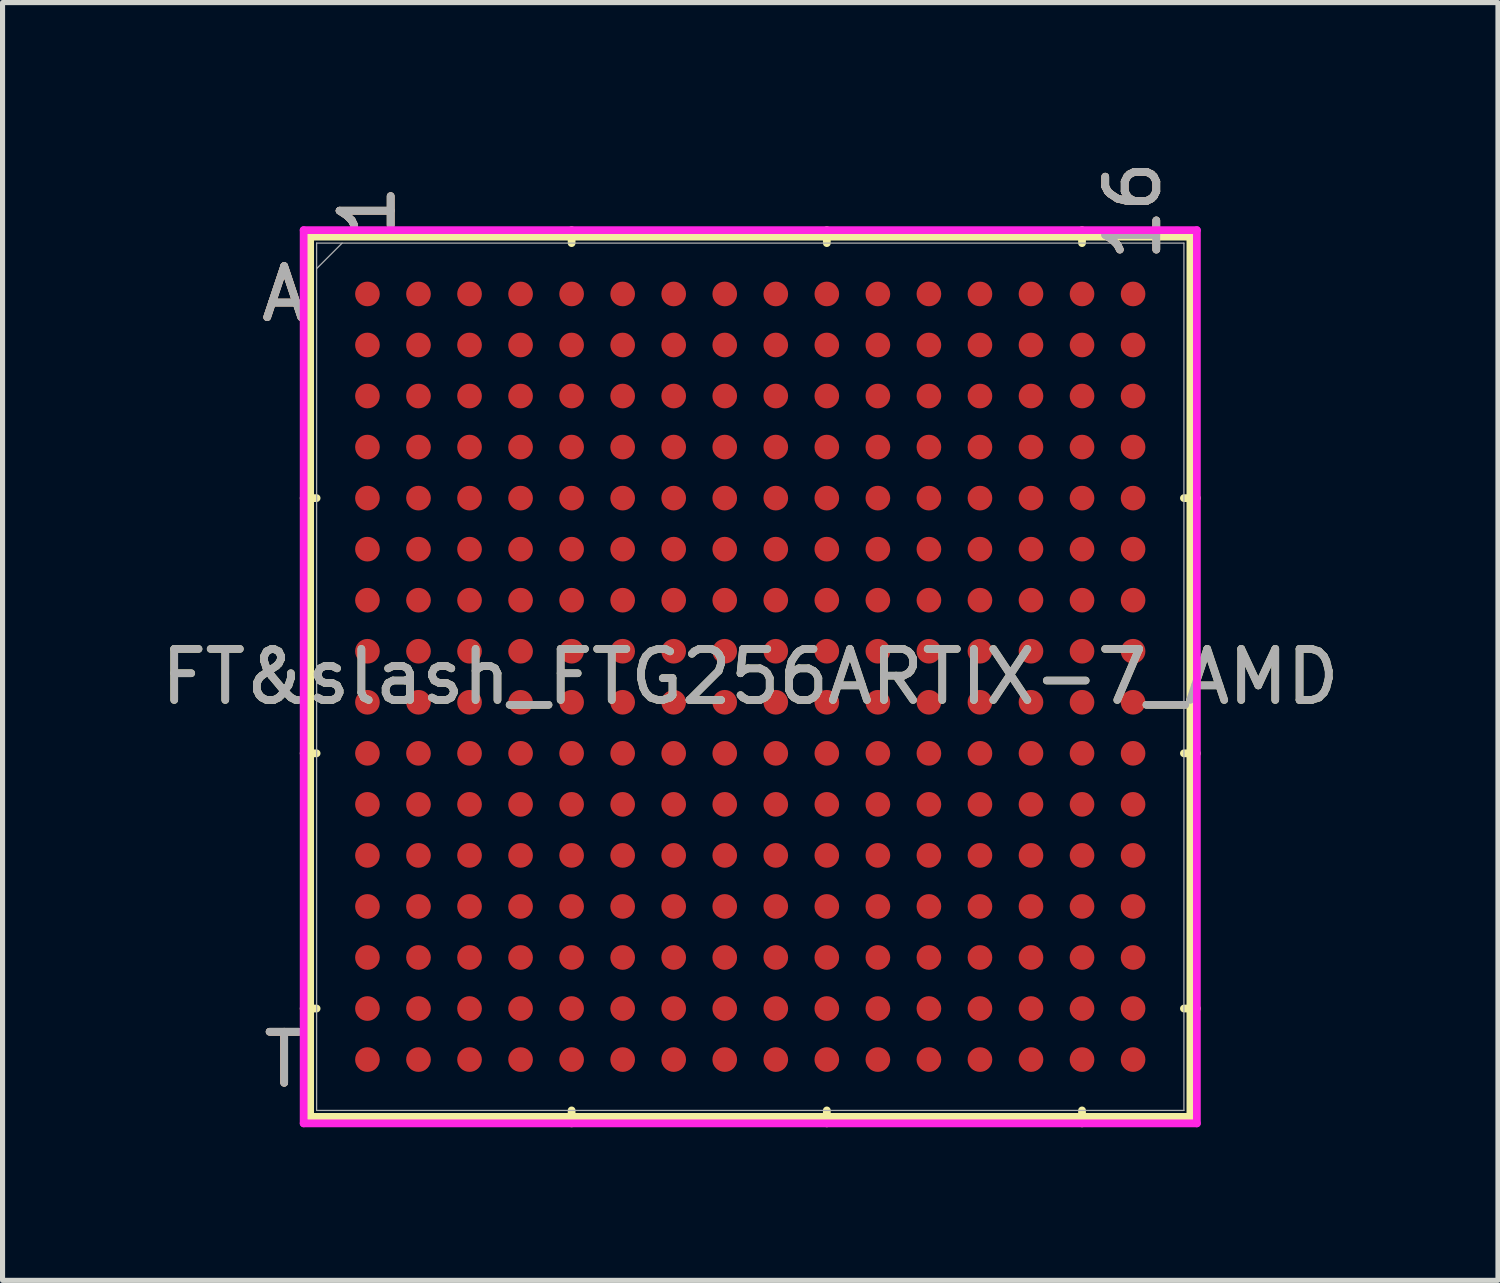
<source format=kicad_pcb>
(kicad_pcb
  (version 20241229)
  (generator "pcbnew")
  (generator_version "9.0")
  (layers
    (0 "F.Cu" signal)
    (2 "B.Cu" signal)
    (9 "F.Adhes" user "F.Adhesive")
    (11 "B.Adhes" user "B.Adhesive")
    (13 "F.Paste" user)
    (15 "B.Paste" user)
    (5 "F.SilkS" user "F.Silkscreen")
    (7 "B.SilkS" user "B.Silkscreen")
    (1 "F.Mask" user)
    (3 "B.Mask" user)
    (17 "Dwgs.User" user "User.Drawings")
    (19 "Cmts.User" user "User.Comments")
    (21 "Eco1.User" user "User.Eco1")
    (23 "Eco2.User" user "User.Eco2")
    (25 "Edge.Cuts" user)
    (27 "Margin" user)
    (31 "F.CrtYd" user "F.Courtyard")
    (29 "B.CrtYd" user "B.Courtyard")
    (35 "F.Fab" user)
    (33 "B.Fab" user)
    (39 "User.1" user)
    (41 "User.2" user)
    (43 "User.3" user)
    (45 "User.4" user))
  (footprint "FT&slash_FTG256ARTIX-7_AMD"
    (layer "F.Cu")
    (at 11.649 10.209)
    (property "Reference" "FT&slash_FTG256ARTIX-7_AMD" (at 0 0 0) (unlocked yes) (layer "F.SilkS") (effects (font (size 1 1) (thickness 0.15))))
    (attr smd)
    (fp_line (start -8.623 -8.623) (end -8.623 8.623) (stroke (width 0.152) (type solid)) (layer "F.SilkS"))
    (fp_line (start -8.623 8.623) (end 8.623 8.623) (stroke (width 0.152) (type solid)) (layer "F.SilkS"))
    (fp_line (start -8.496 -3.5) (end -8.75 -3.5) (stroke (width 0.152) (type solid)) (layer "F.SilkS"))
    (fp_line (start -8.496 1.5) (end -8.75 1.5) (stroke (width 0.152) (type solid)) (layer "F.SilkS"))
    (fp_line (start -8.496 6.5) (end -8.75 6.5) (stroke (width 0.152) (type solid)) (layer "F.SilkS"))
    (fp_line (start -3.5 -8.496) (end -3.5 -8.75) (stroke (width 0.152) (type solid)) (layer "F.SilkS"))
    (fp_line (start -3.5 8.496) (end -3.5 8.75) (stroke (width 0.152) (type solid)) (layer "F.SilkS"))
    (fp_line (start 1.5 -8.496) (end 1.5 -8.75) (stroke (width 0.152) (type solid)) (layer "F.SilkS"))
    (fp_line (start 1.5 8.496) (end 1.5 8.75) (stroke (width 0.152) (type solid)) (layer "F.SilkS"))
    (fp_line (start 6.5 -8.496) (end 6.5 -8.75) (stroke (width 0.152) (type solid)) (layer "F.SilkS"))
    (fp_line (start 6.5 8.496) (end 6.5 8.75) (stroke (width 0.152) (type solid)) (layer "F.SilkS"))
    (fp_line (start 8.496 -3.5) (end 8.75 -3.5) (stroke (width 0.152) (type solid)) (layer "F.SilkS"))
    (fp_line (start 8.496 1.5) (end 8.75 1.5) (stroke (width 0.152) (type solid)) (layer "F.SilkS"))
    (fp_line (start 8.496 6.5) (end 8.75 6.5) (stroke (width 0.152) (type solid)) (layer "F.SilkS"))
    (fp_line (start 8.623 -8.623) (end -8.623 -8.623) (stroke (width 0.152) (type solid)) (layer "F.SilkS"))
    (fp_line (start 8.623 8.623) (end 8.623 -8.623) (stroke (width 0.152) (type solid)) (layer "F.SilkS"))
    (fp_poly (pts (xy -8.508 -8.508) (xy 8.508 -8.508) (xy 8.508 8.508) (xy -8.508 8.508)) (stroke (width 0.1) (type solid)) (fill no) (layer "Eco2.User"))
    (fp_line (start -8.75 -8.75) (end 8.75 -8.75) (stroke (width 0.152) (type solid)) (layer "F.CrtYd"))
    (fp_line (start -8.75 8.75) (end -8.75 -8.75) (stroke (width 0.152) (type solid)) (layer "F.CrtYd"))
    (fp_line (start 8.75 -8.75) (end 8.75 8.75) (stroke (width 0.152) (type solid)) (layer "F.CrtYd"))
    (fp_line (start 8.75 8.75) (end -8.75 8.75) (stroke (width 0.152) (type solid)) (layer "F.CrtYd"))
    (fp_line (start -8.496 -8.496) (end -8.496 8.496) (stroke (width 0.025) (type solid)) (layer "F.Fab"))
    (fp_line (start -8.496 8.496) (end 8.496 8.496) (stroke (width 0.025) (type solid)) (layer "F.Fab"))
    (fp_line (start -7.996 -8.496) (end -8.496 -7.996) (stroke (width 0.025) (type solid)) (layer "F.Fab"))
    (fp_line (start 8.496 -8.496) (end -8.496 -8.496) (stroke (width 0.025) (type solid)) (layer "F.Fab"))
    (fp_line (start 8.496 8.496) (end 8.496 -8.496) (stroke (width 0.025) (type solid)) (layer "F.Fab"))
    (fp_text user "T" (at -9.131 7.5 0) (unlocked yes) (layer "F.SilkS") (effects (font (size 1 1) (thickness 0.15))))
    (fp_text user "16" (at 7.5 -9.131 90) (unlocked yes) (layer "F.SilkS") (effects (font (size 1 1) (thickness 0.15))))
    (fp_text user "A" (at -9.131 -7.5 0) (unlocked yes) (layer "F.SilkS") (effects (font (size 1 1) (thickness 0.15))))
    (fp_text user "1" (at -7.5 -9.131 90) (unlocked yes) (layer "F.SilkS") (effects (font (size 1 1) (thickness 0.15))))
    (fp_text user "A" (at -9.131 -7.5 0) (unlocked yes) (layer "B.SilkS") (effects (font (size 1 1) (thickness 0.15))))
    (fp_text user "16" (at 7.5 -9.131 90) (unlocked yes) (layer "B.SilkS") (effects (font (size 1 1) (thickness 0.15))))
    (fp_text user "T" (at -9.131 7.5 0) (unlocked yes) (layer "B.SilkS") (effects (font (size 1 1) (thickness 0.15))))
    (fp_text user "1" (at -7.5 -9.131 90) (unlocked yes) (layer "B.SilkS") (effects (font (size 1 1) (thickness 0.15))))
    (fp_text user "${REFERENCE}" (at 0 0 0) (unlocked yes) (layer "F.Fab") (effects (font (size 1 1) (thickness 0.15))))
    (fp_text user "1" (at -7.5 -9.131 90) (unlocked yes) (layer "F.Fab") (effects (font (size 1 1) (thickness 0.15))))
    (fp_text user "16" (at 7.5 -9.131 90) (unlocked yes) (layer "F.Fab") (effects (font (size 1 1) (thickness 0.15))))
    (fp_text user "A" (at -9.131 -7.5 0) (unlocked yes) (layer "F.Fab") (effects (font (size 1 1) (thickness 0.15))))
    (fp_text user "T" (at -9.131 7.5 0) (unlocked yes) (layer "F.Fab") (effects (font (size 1 1) (thickness 0.15))))
    (pad "A1" smd circle (at -7.5 -7.5) (size 0.483 0.483) (layers "F.Cu" "F.Mask" "F.Paste"))
    (pad "A2" smd circle (at -6.5 -7.5) (size 0.483 0.483) (layers "F.Cu" "F.Mask" "F.Paste"))
    (pad "A3" smd circle (at -5.5 -7.5) (size 0.483 0.483) (layers "F.Cu" "F.Mask" "F.Paste"))
    (pad "A4" smd circle (at -4.5 -7.5) (size 0.483 0.483) (layers "F.Cu" "F.Mask" "F.Paste"))
    (pad "A5" smd circle (at -3.5 -7.5) (size 0.483 0.483) (layers "F.Cu" "F.Mask" "F.Paste"))
    (pad "A6" smd circle (at -2.5 -7.5) (size 0.483 0.483) (layers "F.Cu" "F.Mask" "F.Paste"))
    (pad "A7" smd circle (at -1.5 -7.5) (size 0.483 0.483) (layers "F.Cu" "F.Mask" "F.Paste"))
    (pad "A8" smd circle (at -0.5 -7.5) (size 0.483 0.483) (layers "F.Cu" "F.Mask" "F.Paste"))
    (pad "A9" smd circle (at 0.5 -7.5) (size 0.483 0.483) (layers "F.Cu" "F.Mask" "F.Paste"))
    (pad "A10" smd circle (at 1.5 -7.5) (size 0.483 0.483) (layers "F.Cu" "F.Mask" "F.Paste"))
    (pad "A11" smd circle (at 2.5 -7.5) (size 0.483 0.483) (layers "F.Cu" "F.Mask" "F.Paste"))
    (pad "A12" smd circle (at 3.5 -7.5) (size 0.483 0.483) (layers "F.Cu" "F.Mask" "F.Paste"))
    (pad "A13" smd circle (at 4.5 -7.5) (size 0.483 0.483) (layers "F.Cu" "F.Mask" "F.Paste"))
    (pad "A14" smd circle (at 5.5 -7.5) (size 0.483 0.483) (layers "F.Cu" "F.Mask" "F.Paste"))
    (pad "A15" smd circle (at 6.5 -7.5) (size 0.483 0.483) (layers "F.Cu" "F.Mask" "F.Paste"))
    (pad "A16" smd circle (at 7.5 -7.5) (size 0.483 0.483) (layers "F.Cu" "F.Mask" "F.Paste"))
    (pad "B1" smd circle (at -7.5 -6.5) (size 0.483 0.483) (layers "F.Cu" "F.Mask" "F.Paste"))
    (pad "B2" smd circle (at -6.5 -6.5) (size 0.483 0.483) (layers "F.Cu" "F.Mask" "F.Paste"))
    (pad "B3" smd circle (at -5.5 -6.5) (size 0.483 0.483) (layers "F.Cu" "F.Mask" "F.Paste"))
    (pad "B4" smd circle (at -4.5 -6.5) (size 0.483 0.483) (layers "F.Cu" "F.Mask" "F.Paste"))
    (pad "B5" smd circle (at -3.5 -6.5) (size 0.483 0.483) (layers "F.Cu" "F.Mask" "F.Paste"))
    (pad "B6" smd circle (at -2.5 -6.5) (size 0.483 0.483) (layers "F.Cu" "F.Mask" "F.Paste"))
    (pad "B7" smd circle (at -1.5 -6.5) (size 0.483 0.483) (layers "F.Cu" "F.Mask" "F.Paste"))
    (pad "B8" smd circle (at -0.5 -6.5) (size 0.483 0.483) (layers "F.Cu" "F.Mask" "F.Paste"))
    (pad "B9" smd circle (at 0.5 -6.5) (size 0.483 0.483) (layers "F.Cu" "F.Mask" "F.Paste"))
    (pad "B10" smd circle (at 1.5 -6.5) (size 0.483 0.483) (layers "F.Cu" "F.Mask" "F.Paste"))
    (pad "B11" smd circle (at 2.5 -6.5) (size 0.483 0.483) (layers "F.Cu" "F.Mask" "F.Paste"))
    (pad "B12" smd circle (at 3.5 -6.5) (size 0.483 0.483) (layers "F.Cu" "F.Mask" "F.Paste"))
    (pad "B13" smd circle (at 4.5 -6.5) (size 0.483 0.483) (layers "F.Cu" "F.Mask" "F.Paste"))
    (pad "B14" smd circle (at 5.5 -6.5) (size 0.483 0.483) (layers "F.Cu" "F.Mask" "F.Paste"))
    (pad "B15" smd circle (at 6.5 -6.5) (size 0.483 0.483) (layers "F.Cu" "F.Mask" "F.Paste"))
    (pad "B16" smd circle (at 7.5 -6.5) (size 0.483 0.483) (layers "F.Cu" "F.Mask" "F.Paste"))
    (pad "C1" smd circle (at -7.5 -5.5) (size 0.483 0.483) (layers "F.Cu" "F.Mask" "F.Paste"))
    (pad "C2" smd circle (at -6.5 -5.5) (size 0.483 0.483) (layers "F.Cu" "F.Mask" "F.Paste"))
    (pad "C3" smd circle (at -5.5 -5.5) (size 0.483 0.483) (layers "F.Cu" "F.Mask" "F.Paste"))
    (pad "C4" smd circle (at -4.5 -5.5) (size 0.483 0.483) (layers "F.Cu" "F.Mask" "F.Paste"))
    (pad "C5" smd circle (at -3.5 -5.5) (size 0.483 0.483) (layers "F.Cu" "F.Mask" "F.Paste"))
    (pad "C6" smd circle (at -2.5 -5.5) (size 0.483 0.483) (layers "F.Cu" "F.Mask" "F.Paste"))
    (pad "C7" smd circle (at -1.5 -5.5) (size 0.483 0.483) (layers "F.Cu" "F.Mask" "F.Paste"))
    (pad "C8" smd circle (at -0.5 -5.5) (size 0.483 0.483) (layers "F.Cu" "F.Mask" "F.Paste"))
    (pad "C9" smd circle (at 0.5 -5.5) (size 0.483 0.483) (layers "F.Cu" "F.Mask" "F.Paste"))
    (pad "C10" smd circle (at 1.5 -5.5) (size 0.483 0.483) (layers "F.Cu" "F.Mask" "F.Paste"))
    (pad "C11" smd circle (at 2.5 -5.5) (size 0.483 0.483) (layers "F.Cu" "F.Mask" "F.Paste"))
    (pad "C12" smd circle (at 3.5 -5.5) (size 0.483 0.483) (layers "F.Cu" "F.Mask" "F.Paste"))
    (pad "C13" smd circle (at 4.5 -5.5) (size 0.483 0.483) (layers "F.Cu" "F.Mask" "F.Paste"))
    (pad "C14" smd circle (at 5.5 -5.5) (size 0.483 0.483) (layers "F.Cu" "F.Mask" "F.Paste"))
    (pad "C15" smd circle (at 6.5 -5.5) (size 0.483 0.483) (layers "F.Cu" "F.Mask" "F.Paste"))
    (pad "C16" smd circle (at 7.5 -5.5) (size 0.483 0.483) (layers "F.Cu" "F.Mask" "F.Paste"))
    (pad "D1" smd circle (at -7.5 -4.5) (size 0.483 0.483) (layers "F.Cu" "F.Mask" "F.Paste"))
    (pad "D2" smd circle (at -6.5 -4.5) (size 0.483 0.483) (layers "F.Cu" "F.Mask" "F.Paste"))
    (pad "D3" smd circle (at -5.5 -4.5) (size 0.483 0.483) (layers "F.Cu" "F.Mask" "F.Paste"))
    (pad "D4" smd circle (at -4.5 -4.5) (size 0.483 0.483) (layers "F.Cu" "F.Mask" "F.Paste"))
    (pad "D5" smd circle (at -3.5 -4.5) (size 0.483 0.483) (layers "F.Cu" "F.Mask" "F.Paste"))
    (pad "D6" smd circle (at -2.5 -4.5) (size 0.483 0.483) (layers "F.Cu" "F.Mask" "F.Paste"))
    (pad "D7" smd circle (at -1.5 -4.5) (size 0.483 0.483) (layers "F.Cu" "F.Mask" "F.Paste"))
    (pad "D8" smd circle (at -0.5 -4.5) (size 0.483 0.483) (layers "F.Cu" "F.Mask" "F.Paste"))
    (pad "D9" smd circle (at 0.5 -4.5) (size 0.483 0.483) (layers "F.Cu" "F.Mask" "F.Paste"))
    (pad "D10" smd circle (at 1.5 -4.5) (size 0.483 0.483) (layers "F.Cu" "F.Mask" "F.Paste"))
    (pad "D11" smd circle (at 2.5 -4.5) (size 0.483 0.483) (layers "F.Cu" "F.Mask" "F.Paste"))
    (pad "D12" smd circle (at 3.5 -4.5) (size 0.483 0.483) (layers "F.Cu" "F.Mask" "F.Paste"))
    (pad "D13" smd circle (at 4.5 -4.5) (size 0.483 0.483) (layers "F.Cu" "F.Mask" "F.Paste"))
    (pad "D14" smd circle (at 5.5 -4.5) (size 0.483 0.483) (layers "F.Cu" "F.Mask" "F.Paste"))
    (pad "D15" smd circle (at 6.5 -4.5) (size 0.483 0.483) (layers "F.Cu" "F.Mask" "F.Paste"))
    (pad "D16" smd circle (at 7.5 -4.5) (size 0.483 0.483) (layers "F.Cu" "F.Mask" "F.Paste"))
    (pad "E1" smd circle (at -7.5 -3.5) (size 0.483 0.483) (layers "F.Cu" "F.Mask" "F.Paste"))
    (pad "E2" smd circle (at -6.5 -3.5) (size 0.483 0.483) (layers "F.Cu" "F.Mask" "F.Paste"))
    (pad "E3" smd circle (at -5.5 -3.5) (size 0.483 0.483) (layers "F.Cu" "F.Mask" "F.Paste"))
    (pad "E4" smd circle (at -4.5 -3.5) (size 0.483 0.483) (layers "F.Cu" "F.Mask" "F.Paste"))
    (pad "E5" smd circle (at -3.5 -3.5) (size 0.483 0.483) (layers "F.Cu" "F.Mask" "F.Paste"))
    (pad "E6" smd circle (at -2.5 -3.5) (size 0.483 0.483) (layers "F.Cu" "F.Mask" "F.Paste"))
    (pad "E7" smd circle (at -1.5 -3.5) (size 0.483 0.483) (layers "F.Cu" "F.Mask" "F.Paste"))
    (pad "E8" smd circle (at -0.5 -3.5) (size 0.483 0.483) (layers "F.Cu" "F.Mask" "F.Paste"))
    (pad "E9" smd circle (at 0.5 -3.5) (size 0.483 0.483) (layers "F.Cu" "F.Mask" "F.Paste"))
    (pad "E10" smd circle (at 1.5 -3.5) (size 0.483 0.483) (layers "F.Cu" "F.Mask" "F.Paste"))
    (pad "E11" smd circle (at 2.5 -3.5) (size 0.483 0.483) (layers "F.Cu" "F.Mask" "F.Paste"))
    (pad "E12" smd circle (at 3.5 -3.5) (size 0.483 0.483) (layers "F.Cu" "F.Mask" "F.Paste"))
    (pad "E13" smd circle (at 4.5 -3.5) (size 0.483 0.483) (layers "F.Cu" "F.Mask" "F.Paste"))
    (pad "E14" smd circle (at 5.5 -3.5) (size 0.483 0.483) (layers "F.Cu" "F.Mask" "F.Paste"))
    (pad "E15" smd circle (at 6.5 -3.5) (size 0.483 0.483) (layers "F.Cu" "F.Mask" "F.Paste"))
    (pad "E16" smd circle (at 7.5 -3.5) (size 0.483 0.483) (layers "F.Cu" "F.Mask" "F.Paste"))
    (pad "F1" smd circle (at -7.5 -2.5) (size 0.483 0.483) (layers "F.Cu" "F.Mask" "F.Paste"))
    (pad "F2" smd circle (at -6.5 -2.5) (size 0.483 0.483) (layers "F.Cu" "F.Mask" "F.Paste"))
    (pad "F3" smd circle (at -5.5 -2.5) (size 0.483 0.483) (layers "F.Cu" "F.Mask" "F.Paste"))
    (pad "F4" smd circle (at -4.5 -2.5) (size 0.483 0.483) (layers "F.Cu" "F.Mask" "F.Paste"))
    (pad "F5" smd circle (at -3.5 -2.5) (size 0.483 0.483) (layers "F.Cu" "F.Mask" "F.Paste"))
    (pad "F6" smd circle (at -2.5 -2.5) (size 0.483 0.483) (layers "F.Cu" "F.Mask" "F.Paste"))
    (pad "F7" smd circle (at -1.5 -2.5) (size 0.483 0.483) (layers "F.Cu" "F.Mask" "F.Paste"))
    (pad "F8" smd circle (at -0.5 -2.5) (size 0.483 0.483) (layers "F.Cu" "F.Mask" "F.Paste"))
    (pad "F9" smd circle (at 0.5 -2.5) (size 0.483 0.483) (layers "F.Cu" "F.Mask" "F.Paste"))
    (pad "F10" smd circle (at 1.5 -2.5) (size 0.483 0.483) (layers "F.Cu" "F.Mask" "F.Paste"))
    (pad "F11" smd circle (at 2.5 -2.5) (size 0.483 0.483) (layers "F.Cu" "F.Mask" "F.Paste"))
    (pad "F12" smd circle (at 3.5 -2.5) (size 0.483 0.483) (layers "F.Cu" "F.Mask" "F.Paste"))
    (pad "F13" smd circle (at 4.5 -2.5) (size 0.483 0.483) (layers "F.Cu" "F.Mask" "F.Paste"))
    (pad "F14" smd circle (at 5.5 -2.5) (size 0.483 0.483) (layers "F.Cu" "F.Mask" "F.Paste"))
    (pad "F15" smd circle (at 6.5 -2.5) (size 0.483 0.483) (layers "F.Cu" "F.Mask" "F.Paste"))
    (pad "F16" smd circle (at 7.5 -2.5) (size 0.483 0.483) (layers "F.Cu" "F.Mask" "F.Paste"))
    (pad "G1" smd circle (at -7.5 -1.5) (size 0.483 0.483) (layers "F.Cu" "F.Mask" "F.Paste"))
    (pad "G2" smd circle (at -6.5 -1.5) (size 0.483 0.483) (layers "F.Cu" "F.Mask" "F.Paste"))
    (pad "G3" smd circle (at -5.5 -1.5) (size 0.483 0.483) (layers "F.Cu" "F.Mask" "F.Paste"))
    (pad "G4" smd circle (at -4.5 -1.5) (size 0.483 0.483) (layers "F.Cu" "F.Mask" "F.Paste"))
    (pad "G5" smd circle (at -3.5 -1.5) (size 0.483 0.483) (layers "F.Cu" "F.Mask" "F.Paste"))
    (pad "G6" smd circle (at -2.5 -1.5) (size 0.483 0.483) (layers "F.Cu" "F.Mask" "F.Paste"))
    (pad "G7" smd circle (at -1.5 -1.5) (size 0.483 0.483) (layers "F.Cu" "F.Mask" "F.Paste"))
    (pad "G8" smd circle (at -0.5 -1.5) (size 0.483 0.483) (layers "F.Cu" "F.Mask" "F.Paste"))
    (pad "G9" smd circle (at 0.5 -1.5) (size 0.483 0.483) (layers "F.Cu" "F.Mask" "F.Paste"))
    (pad "G10" smd circle (at 1.5 -1.5) (size 0.483 0.483) (layers "F.Cu" "F.Mask" "F.Paste"))
    (pad "G11" smd circle (at 2.5 -1.5) (size 0.483 0.483) (layers "F.Cu" "F.Mask" "F.Paste"))
    (pad "G12" smd circle (at 3.5 -1.5) (size 0.483 0.483) (layers "F.Cu" "F.Mask" "F.Paste"))
    (pad "G13" smd circle (at 4.5 -1.5) (size 0.483 0.483) (layers "F.Cu" "F.Mask" "F.Paste"))
    (pad "G14" smd circle (at 5.5 -1.5) (size 0.483 0.483) (layers "F.Cu" "F.Mask" "F.Paste"))
    (pad "G15" smd circle (at 6.5 -1.5) (size 0.483 0.483) (layers "F.Cu" "F.Mask" "F.Paste"))
    (pad "G16" smd circle (at 7.5 -1.5) (size 0.483 0.483) (layers "F.Cu" "F.Mask" "F.Paste"))
    (pad "H1" smd circle (at -7.5 -0.5) (size 0.483 0.483) (layers "F.Cu" "F.Mask" "F.Paste"))
    (pad "H2" smd circle (at -6.5 -0.5) (size 0.483 0.483) (layers "F.Cu" "F.Mask" "F.Paste"))
    (pad "H3" smd circle (at -5.5 -0.5) (size 0.483 0.483) (layers "F.Cu" "F.Mask" "F.Paste"))
    (pad "H4" smd circle (at -4.5 -0.5) (size 0.483 0.483) (layers "F.Cu" "F.Mask" "F.Paste"))
    (pad "H5" smd circle (at -3.5 -0.5) (size 0.483 0.483) (layers "F.Cu" "F.Mask" "F.Paste"))
    (pad "H6" smd circle (at -2.5 -0.5) (size 0.483 0.483) (layers "F.Cu" "F.Mask" "F.Paste"))
    (pad "H7" smd circle (at -1.5 -0.5) (size 0.483 0.483) (layers "F.Cu" "F.Mask" "F.Paste"))
    (pad "H8" smd circle (at -0.5 -0.5) (size 0.483 0.483) (layers "F.Cu" "F.Mask" "F.Paste"))
    (pad "H9" smd circle (at 0.5 -0.5) (size 0.483 0.483) (layers "F.Cu" "F.Mask" "F.Paste"))
    (pad "H10" smd circle (at 1.5 -0.5) (size 0.483 0.483) (layers "F.Cu" "F.Mask" "F.Paste"))
    (pad "H11" smd circle (at 2.5 -0.5) (size 0.483 0.483) (layers "F.Cu" "F.Mask" "F.Paste"))
    (pad "H12" smd circle (at 3.5 -0.5) (size 0.483 0.483) (layers "F.Cu" "F.Mask" "F.Paste"))
    (pad "H13" smd circle (at 4.5 -0.5) (size 0.483 0.483) (layers "F.Cu" "F.Mask" "F.Paste"))
    (pad "H14" smd circle (at 5.5 -0.5) (size 0.483 0.483) (layers "F.Cu" "F.Mask" "F.Paste"))
    (pad "H15" smd circle (at 6.5 -0.5) (size 0.483 0.483) (layers "F.Cu" "F.Mask" "F.Paste"))
    (pad "H16" smd circle (at 7.5 -0.5) (size 0.483 0.483) (layers "F.Cu" "F.Mask" "F.Paste"))
    (pad "J1" smd circle (at -7.5 0.5) (size 0.483 0.483) (layers "F.Cu" "F.Mask" "F.Paste"))
    (pad "J2" smd circle (at -6.5 0.5) (size 0.483 0.483) (layers "F.Cu" "F.Mask" "F.Paste"))
    (pad "J3" smd circle (at -5.5 0.5) (size 0.483 0.483) (layers "F.Cu" "F.Mask" "F.Paste"))
    (pad "J4" smd circle (at -4.5 0.5) (size 0.483 0.483) (layers "F.Cu" "F.Mask" "F.Paste"))
    (pad "J5" smd circle (at -3.5 0.5) (size 0.483 0.483) (layers "F.Cu" "F.Mask" "F.Paste"))
    (pad "J6" smd circle (at -2.5 0.5) (size 0.483 0.483) (layers "F.Cu" "F.Mask" "F.Paste"))
    (pad "J7" smd circle (at -1.5 0.5) (size 0.483 0.483) (layers "F.Cu" "F.Mask" "F.Paste"))
    (pad "J8" smd circle (at -0.5 0.5) (size 0.483 0.483) (layers "F.Cu" "F.Mask" "F.Paste"))
    (pad "J9" smd circle (at 0.5 0.5) (size 0.483 0.483) (layers "F.Cu" "F.Mask" "F.Paste"))
    (pad "J10" smd circle (at 1.5 0.5) (size 0.483 0.483) (layers "F.Cu" "F.Mask" "F.Paste"))
    (pad "J11" smd circle (at 2.5 0.5) (size 0.483 0.483) (layers "F.Cu" "F.Mask" "F.Paste"))
    (pad "J12" smd circle (at 3.5 0.5) (size 0.483 0.483) (layers "F.Cu" "F.Mask" "F.Paste"))
    (pad "J13" smd circle (at 4.5 0.5) (size 0.483 0.483) (layers "F.Cu" "F.Mask" "F.Paste"))
    (pad "J14" smd circle (at 5.5 0.5) (size 0.483 0.483) (layers "F.Cu" "F.Mask" "F.Paste"))
    (pad "J15" smd circle (at 6.5 0.5) (size 0.483 0.483) (layers "F.Cu" "F.Mask" "F.Paste"))
    (pad "J16" smd circle (at 7.5 0.5) (size 0.483 0.483) (layers "F.Cu" "F.Mask" "F.Paste"))
    (pad "K1" smd circle (at -7.5 1.5) (size 0.483 0.483) (layers "F.Cu" "F.Mask" "F.Paste"))
    (pad "K2" smd circle (at -6.5 1.5) (size 0.483 0.483) (layers "F.Cu" "F.Mask" "F.Paste"))
    (pad "K3" smd circle (at -5.5 1.5) (size 0.483 0.483) (layers "F.Cu" "F.Mask" "F.Paste"))
    (pad "K4" smd circle (at -4.5 1.5) (size 0.483 0.483) (layers "F.Cu" "F.Mask" "F.Paste"))
    (pad "K5" smd circle (at -3.5 1.5) (size 0.483 0.483) (layers "F.Cu" "F.Mask" "F.Paste"))
    (pad "K6" smd circle (at -2.5 1.5) (size 0.483 0.483) (layers "F.Cu" "F.Mask" "F.Paste"))
    (pad "K7" smd circle (at -1.5 1.5) (size 0.483 0.483) (layers "F.Cu" "F.Mask" "F.Paste"))
    (pad "K8" smd circle (at -0.5 1.5) (size 0.483 0.483) (layers "F.Cu" "F.Mask" "F.Paste"))
    (pad "K9" smd circle (at 0.5 1.5) (size 0.483 0.483) (layers "F.Cu" "F.Mask" "F.Paste"))
    (pad "K10" smd circle (at 1.5 1.5) (size 0.483 0.483) (layers "F.Cu" "F.Mask" "F.Paste"))
    (pad "K11" smd circle (at 2.5 1.5) (size 0.483 0.483) (layers "F.Cu" "F.Mask" "F.Paste"))
    (pad "K12" smd circle (at 3.5 1.5) (size 0.483 0.483) (layers "F.Cu" "F.Mask" "F.Paste"))
    (pad "K13" smd circle (at 4.5 1.5) (size 0.483 0.483) (layers "F.Cu" "F.Mask" "F.Paste"))
    (pad "K14" smd circle (at 5.5 1.5) (size 0.483 0.483) (layers "F.Cu" "F.Mask" "F.Paste"))
    (pad "K15" smd circle (at 6.5 1.5) (size 0.483 0.483) (layers "F.Cu" "F.Mask" "F.Paste"))
    (pad "K16" smd circle (at 7.5 1.5) (size 0.483 0.483) (layers "F.Cu" "F.Mask" "F.Paste"))
    (pad "L1" smd circle (at -7.5 2.5) (size 0.483 0.483) (layers "F.Cu" "F.Mask" "F.Paste"))
    (pad "L2" smd circle (at -6.5 2.5) (size 0.483 0.483) (layers "F.Cu" "F.Mask" "F.Paste"))
    (pad "L3" smd circle (at -5.5 2.5) (size 0.483 0.483) (layers "F.Cu" "F.Mask" "F.Paste"))
    (pad "L4" smd circle (at -4.5 2.5) (size 0.483 0.483) (layers "F.Cu" "F.Mask" "F.Paste"))
    (pad "L5" smd circle (at -3.5 2.5) (size 0.483 0.483) (layers "F.Cu" "F.Mask" "F.Paste"))
    (pad "L6" smd circle (at -2.5 2.5) (size 0.483 0.483) (layers "F.Cu" "F.Mask" "F.Paste"))
    (pad "L7" smd circle (at -1.5 2.5) (size 0.483 0.483) (layers "F.Cu" "F.Mask" "F.Paste"))
    (pad "L8" smd circle (at -0.5 2.5) (size 0.483 0.483) (layers "F.Cu" "F.Mask" "F.Paste"))
    (pad "L9" smd circle (at 0.5 2.5) (size 0.483 0.483) (layers "F.Cu" "F.Mask" "F.Paste"))
    (pad "L10" smd circle (at 1.5 2.5) (size 0.483 0.483) (layers "F.Cu" "F.Mask" "F.Paste"))
    (pad "L11" smd circle (at 2.5 2.5) (size 0.483 0.483) (layers "F.Cu" "F.Mask" "F.Paste"))
    (pad "L12" smd circle (at 3.5 2.5) (size 0.483 0.483) (layers "F.Cu" "F.Mask" "F.Paste"))
    (pad "L13" smd circle (at 4.5 2.5) (size 0.483 0.483) (layers "F.Cu" "F.Mask" "F.Paste"))
    (pad "L14" smd circle (at 5.5 2.5) (size 0.483 0.483) (layers "F.Cu" "F.Mask" "F.Paste"))
    (pad "L15" smd circle (at 6.5 2.5) (size 0.483 0.483) (layers "F.Cu" "F.Mask" "F.Paste"))
    (pad "L16" smd circle (at 7.5 2.5) (size 0.483 0.483) (layers "F.Cu" "F.Mask" "F.Paste"))
    (pad "M1" smd circle (at -7.5 3.5) (size 0.483 0.483) (layers "F.Cu" "F.Mask" "F.Paste"))
    (pad "M2" smd circle (at -6.5 3.5) (size 0.483 0.483) (layers "F.Cu" "F.Mask" "F.Paste"))
    (pad "M3" smd circle (at -5.5 3.5) (size 0.483 0.483) (layers "F.Cu" "F.Mask" "F.Paste"))
    (pad "M4" smd circle (at -4.5 3.5) (size 0.483 0.483) (layers "F.Cu" "F.Mask" "F.Paste"))
    (pad "M5" smd circle (at -3.5 3.5) (size 0.483 0.483) (layers "F.Cu" "F.Mask" "F.Paste"))
    (pad "M6" smd circle (at -2.5 3.5) (size 0.483 0.483) (layers "F.Cu" "F.Mask" "F.Paste"))
    (pad "M7" smd circle (at -1.5 3.5) (size 0.483 0.483) (layers "F.Cu" "F.Mask" "F.Paste"))
    (pad "M8" smd circle (at -0.5 3.5) (size 0.483 0.483) (layers "F.Cu" "F.Mask" "F.Paste"))
    (pad "M9" smd circle (at 0.5 3.5) (size 0.483 0.483) (layers "F.Cu" "F.Mask" "F.Paste"))
    (pad "M10" smd circle (at 1.5 3.5) (size 0.483 0.483) (layers "F.Cu" "F.Mask" "F.Paste"))
    (pad "M11" smd circle (at 2.5 3.5) (size 0.483 0.483) (layers "F.Cu" "F.Mask" "F.Paste"))
    (pad "M12" smd circle (at 3.5 3.5) (size 0.483 0.483) (layers "F.Cu" "F.Mask" "F.Paste"))
    (pad "M13" smd circle (at 4.5 3.5) (size 0.483 0.483) (layers "F.Cu" "F.Mask" "F.Paste"))
    (pad "M14" smd circle (at 5.5 3.5) (size 0.483 0.483) (layers "F.Cu" "F.Mask" "F.Paste"))
    (pad "M15" smd circle (at 6.5 3.5) (size 0.483 0.483) (layers "F.Cu" "F.Mask" "F.Paste"))
    (pad "M16" smd circle (at 7.5 3.5) (size 0.483 0.483) (layers "F.Cu" "F.Mask" "F.Paste"))
    (pad "N1" smd circle (at -7.5 4.5) (size 0.483 0.483) (layers "F.Cu" "F.Mask" "F.Paste"))
    (pad "N2" smd circle (at -6.5 4.5) (size 0.483 0.483) (layers "F.Cu" "F.Mask" "F.Paste"))
    (pad "N3" smd circle (at -5.5 4.5) (size 0.483 0.483) (layers "F.Cu" "F.Mask" "F.Paste"))
    (pad "N4" smd circle (at -4.5 4.5) (size 0.483 0.483) (layers "F.Cu" "F.Mask" "F.Paste"))
    (pad "N5" smd circle (at -3.5 4.5) (size 0.483 0.483) (layers "F.Cu" "F.Mask" "F.Paste"))
    (pad "N6" smd circle (at -2.5 4.5) (size 0.483 0.483) (layers "F.Cu" "F.Mask" "F.Paste"))
    (pad "N7" smd circle (at -1.5 4.5) (size 0.483 0.483) (layers "F.Cu" "F.Mask" "F.Paste"))
    (pad "N8" smd circle (at -0.5 4.5) (size 0.483 0.483) (layers "F.Cu" "F.Mask" "F.Paste"))
    (pad "N9" smd circle (at 0.5 4.5) (size 0.483 0.483) (layers "F.Cu" "F.Mask" "F.Paste"))
    (pad "N10" smd circle (at 1.5 4.5) (size 0.483 0.483) (layers "F.Cu" "F.Mask" "F.Paste"))
    (pad "N11" smd circle (at 2.5 4.5) (size 0.483 0.483) (layers "F.Cu" "F.Mask" "F.Paste"))
    (pad "N12" smd circle (at 3.5 4.5) (size 0.483 0.483) (layers "F.Cu" "F.Mask" "F.Paste"))
    (pad "N13" smd circle (at 4.5 4.5) (size 0.483 0.483) (layers "F.Cu" "F.Mask" "F.Paste"))
    (pad "N14" smd circle (at 5.5 4.5) (size 0.483 0.483) (layers "F.Cu" "F.Mask" "F.Paste"))
    (pad "N15" smd circle (at 6.5 4.5) (size 0.483 0.483) (layers "F.Cu" "F.Mask" "F.Paste"))
    (pad "N16" smd circle (at 7.5 4.5) (size 0.483 0.483) (layers "F.Cu" "F.Mask" "F.Paste"))
    (pad "P1" smd circle (at -7.5 5.5) (size 0.483 0.483) (layers "F.Cu" "F.Mask" "F.Paste"))
    (pad "P2" smd circle (at -6.5 5.5) (size 0.483 0.483) (layers "F.Cu" "F.Mask" "F.Paste"))
    (pad "P3" smd circle (at -5.5 5.5) (size 0.483 0.483) (layers "F.Cu" "F.Mask" "F.Paste"))
    (pad "P4" smd circle (at -4.5 5.5) (size 0.483 0.483) (layers "F.Cu" "F.Mask" "F.Paste"))
    (pad "P5" smd circle (at -3.5 5.5) (size 0.483 0.483) (layers "F.Cu" "F.Mask" "F.Paste"))
    (pad "P6" smd circle (at -2.5 5.5) (size 0.483 0.483) (layers "F.Cu" "F.Mask" "F.Paste"))
    (pad "P7" smd circle (at -1.5 5.5) (size 0.483 0.483) (layers "F.Cu" "F.Mask" "F.Paste"))
    (pad "P8" smd circle (at -0.5 5.5) (size 0.483 0.483) (layers "F.Cu" "F.Mask" "F.Paste"))
    (pad "P9" smd circle (at 0.5 5.5) (size 0.483 0.483) (layers "F.Cu" "F.Mask" "F.Paste"))
    (pad "P10" smd circle (at 1.5 5.5) (size 0.483 0.483) (layers "F.Cu" "F.Mask" "F.Paste"))
    (pad "P11" smd circle (at 2.5 5.5) (size 0.483 0.483) (layers "F.Cu" "F.Mask" "F.Paste"))
    (pad "P12" smd circle (at 3.5 5.5) (size 0.483 0.483) (layers "F.Cu" "F.Mask" "F.Paste"))
    (pad "P13" smd circle (at 4.5 5.5) (size 0.483 0.483) (layers "F.Cu" "F.Mask" "F.Paste"))
    (pad "P14" smd circle (at 5.5 5.5) (size 0.483 0.483) (layers "F.Cu" "F.Mask" "F.Paste"))
    (pad "P15" smd circle (at 6.5 5.5) (size 0.483 0.483) (layers "F.Cu" "F.Mask" "F.Paste"))
    (pad "P16" smd circle (at 7.5 5.5) (size 0.483 0.483) (layers "F.Cu" "F.Mask" "F.Paste"))
    (pad "R1" smd circle (at -7.5 6.5) (size 0.483 0.483) (layers "F.Cu" "F.Mask" "F.Paste"))
    (pad "R2" smd circle (at -6.5 6.5) (size 0.483 0.483) (layers "F.Cu" "F.Mask" "F.Paste"))
    (pad "R3" smd circle (at -5.5 6.5) (size 0.483 0.483) (layers "F.Cu" "F.Mask" "F.Paste"))
    (pad "R4" smd circle (at -4.5 6.5) (size 0.483 0.483) (layers "F.Cu" "F.Mask" "F.Paste"))
    (pad "R5" smd circle (at -3.5 6.5) (size 0.483 0.483) (layers "F.Cu" "F.Mask" "F.Paste"))
    (pad "R6" smd circle (at -2.5 6.5) (size 0.483 0.483) (layers "F.Cu" "F.Mask" "F.Paste"))
    (pad "R7" smd circle (at -1.5 6.5) (size 0.483 0.483) (layers "F.Cu" "F.Mask" "F.Paste"))
    (pad "R8" smd circle (at -0.5 6.5) (size 0.483 0.483) (layers "F.Cu" "F.Mask" "F.Paste"))
    (pad "R9" smd circle (at 0.5 6.5) (size 0.483 0.483) (layers "F.Cu" "F.Mask" "F.Paste"))
    (pad "R10" smd circle (at 1.5 6.5) (size 0.483 0.483) (layers "F.Cu" "F.Mask" "F.Paste"))
    (pad "R11" smd circle (at 2.5 6.5) (size 0.483 0.483) (layers "F.Cu" "F.Mask" "F.Paste"))
    (pad "R12" smd circle (at 3.5 6.5) (size 0.483 0.483) (layers "F.Cu" "F.Mask" "F.Paste"))
    (pad "R13" smd circle (at 4.5 6.5) (size 0.483 0.483) (layers "F.Cu" "F.Mask" "F.Paste"))
    (pad "R14" smd circle (at 5.5 6.5) (size 0.483 0.483) (layers "F.Cu" "F.Mask" "F.Paste"))
    (pad "R15" smd circle (at 6.5 6.5) (size 0.483 0.483) (layers "F.Cu" "F.Mask" "F.Paste"))
    (pad "R16" smd circle (at 7.5 6.5) (size 0.483 0.483) (layers "F.Cu" "F.Mask" "F.Paste"))
    (pad "T1" smd circle (at -7.5 7.5) (size 0.483 0.483) (layers "F.Cu" "F.Mask" "F.Paste"))
    (pad "T2" smd circle (at -6.5 7.5) (size 0.483 0.483) (layers "F.Cu" "F.Mask" "F.Paste"))
    (pad "T3" smd circle (at -5.5 7.5) (size 0.483 0.483) (layers "F.Cu" "F.Mask" "F.Paste"))
    (pad "T4" smd circle (at -4.5 7.5) (size 0.483 0.483) (layers "F.Cu" "F.Mask" "F.Paste"))
    (pad "T5" smd circle (at -3.5 7.5) (size 0.483 0.483) (layers "F.Cu" "F.Mask" "F.Paste"))
    (pad "T6" smd circle (at -2.5 7.5) (size 0.483 0.483) (layers "F.Cu" "F.Mask" "F.Paste"))
    (pad "T7" smd circle (at -1.5 7.5) (size 0.483 0.483) (layers "F.Cu" "F.Mask" "F.Paste"))
    (pad "T8" smd circle (at -0.5 7.5) (size 0.483 0.483) (layers "F.Cu" "F.Mask" "F.Paste"))
    (pad "T9" smd circle (at 0.5 7.5) (size 0.483 0.483) (layers "F.Cu" "F.Mask" "F.Paste"))
    (pad "T10" smd circle (at 1.5 7.5) (size 0.483 0.483) (layers "F.Cu" "F.Mask" "F.Paste"))
    (pad "T11" smd circle (at 2.5 7.5) (size 0.483 0.483) (layers "F.Cu" "F.Mask" "F.Paste"))
    (pad "T12" smd circle (at 3.5 7.5) (size 0.483 0.483) (layers "F.Cu" "F.Mask" "F.Paste"))
    (pad "T13" smd circle (at 4.5 7.5) (size 0.483 0.483) (layers "F.Cu" "F.Mask" "F.Paste"))
    (pad "T14" smd circle (at 5.5 7.5) (size 0.483 0.483) (layers "F.Cu" "F.Mask" "F.Paste"))
    (pad "T15" smd circle (at 6.5 7.5) (size 0.483 0.483) (layers "F.Cu" "F.Mask" "F.Paste"))
    (pad "T16" smd circle (at 7.5 7.5) (size 0.483 0.483) (layers "F.Cu" "F.Mask" "F.Paste")))
  (gr_rect
    (start -3 -3)
    (end 26.298 22.035)
    (stroke (width 0.1) (type default))
    (fill no)
    (layer "Edge.Cuts")))
</source>
